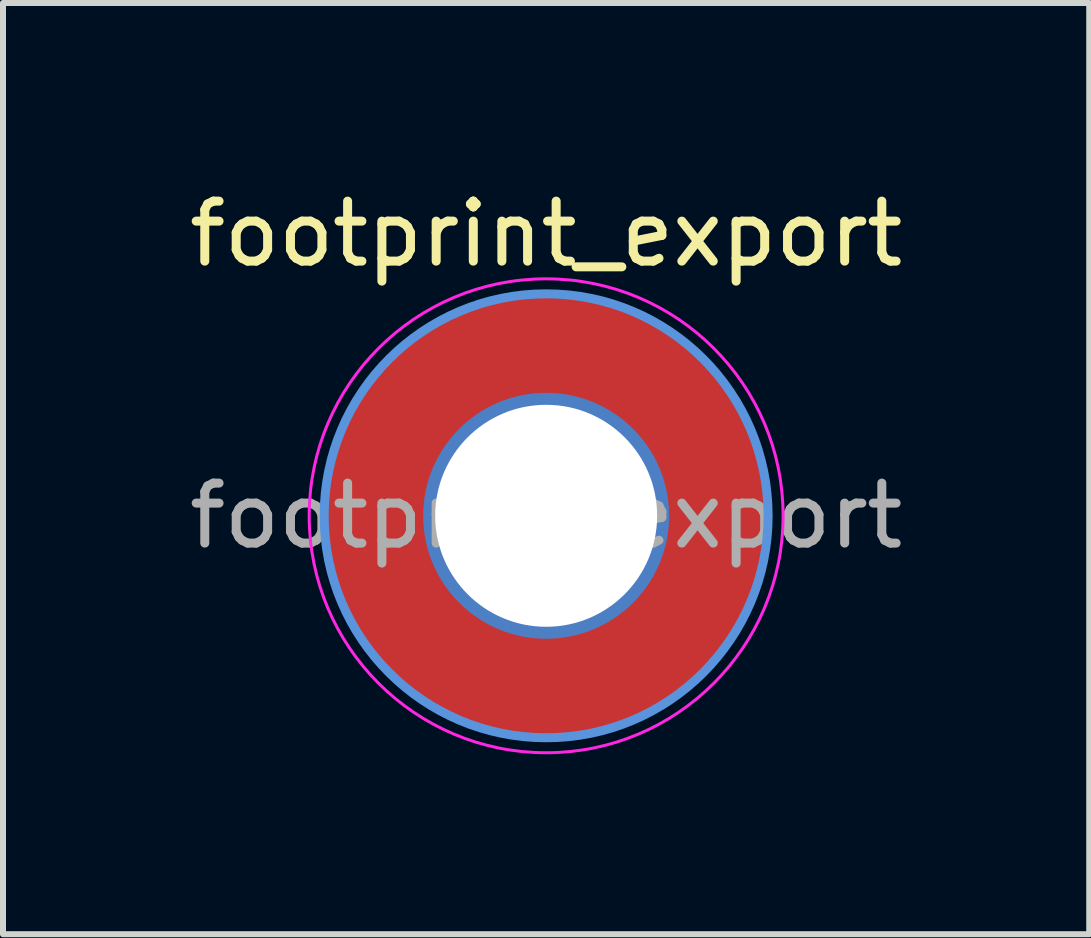
<source format=kicad_pcb>
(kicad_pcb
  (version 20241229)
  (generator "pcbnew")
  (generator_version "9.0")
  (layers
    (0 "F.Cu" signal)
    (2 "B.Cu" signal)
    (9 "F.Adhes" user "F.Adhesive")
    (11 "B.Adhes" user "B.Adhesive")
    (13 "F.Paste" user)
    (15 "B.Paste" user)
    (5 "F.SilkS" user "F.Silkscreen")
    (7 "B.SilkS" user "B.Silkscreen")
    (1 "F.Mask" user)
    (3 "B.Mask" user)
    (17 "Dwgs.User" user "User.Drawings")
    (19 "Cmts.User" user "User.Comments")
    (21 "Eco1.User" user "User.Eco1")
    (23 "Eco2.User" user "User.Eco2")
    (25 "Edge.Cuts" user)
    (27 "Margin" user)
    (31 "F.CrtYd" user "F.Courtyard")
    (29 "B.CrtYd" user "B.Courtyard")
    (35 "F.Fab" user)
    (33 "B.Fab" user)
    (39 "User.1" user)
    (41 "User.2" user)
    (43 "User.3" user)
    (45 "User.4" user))
  (footprint "footprint_export"
    (layer "F.Cu")
    (at 6.054 5.548)
    (property "Reference" "footprint_export" (at 0 -4.7 0) (layer "F.SilkS") (effects (font (size 1 1) (thickness 0.15))))
    (attr exclude_from_pos_files exclude_from_bom)
    (fp_circle (center 0 0) (end 3.7 0) (stroke (width 0.15) (type solid)) (fill no) (layer "Cmts.User"))
    (fp_circle (center 0 0) (end 3.95 0) (stroke (width 0.05) (type solid)) (fill no) (layer "F.CrtYd"))
    (fp_text user "${REFERENCE}" (at 0 0 0) (layer "F.Fab") (effects (font (size 1 1) (thickness 0.15))))
    (pad "1" thru_hole circle (at 0 0) (size 4.1 4.1) (drill 3.7) (layers "*.Cu" "*.Mask"))
    (pad "1" connect circle (at 0 0) (size 7.4 7.4) (layers "F.Cu" "F.Mask")))
  (gr_rect
    (start -3 -3)
    (end 15.107 12.523)
    (stroke (width 0.1) (type default))
    (fill no)
    (layer "Edge.Cuts")))
</source>
